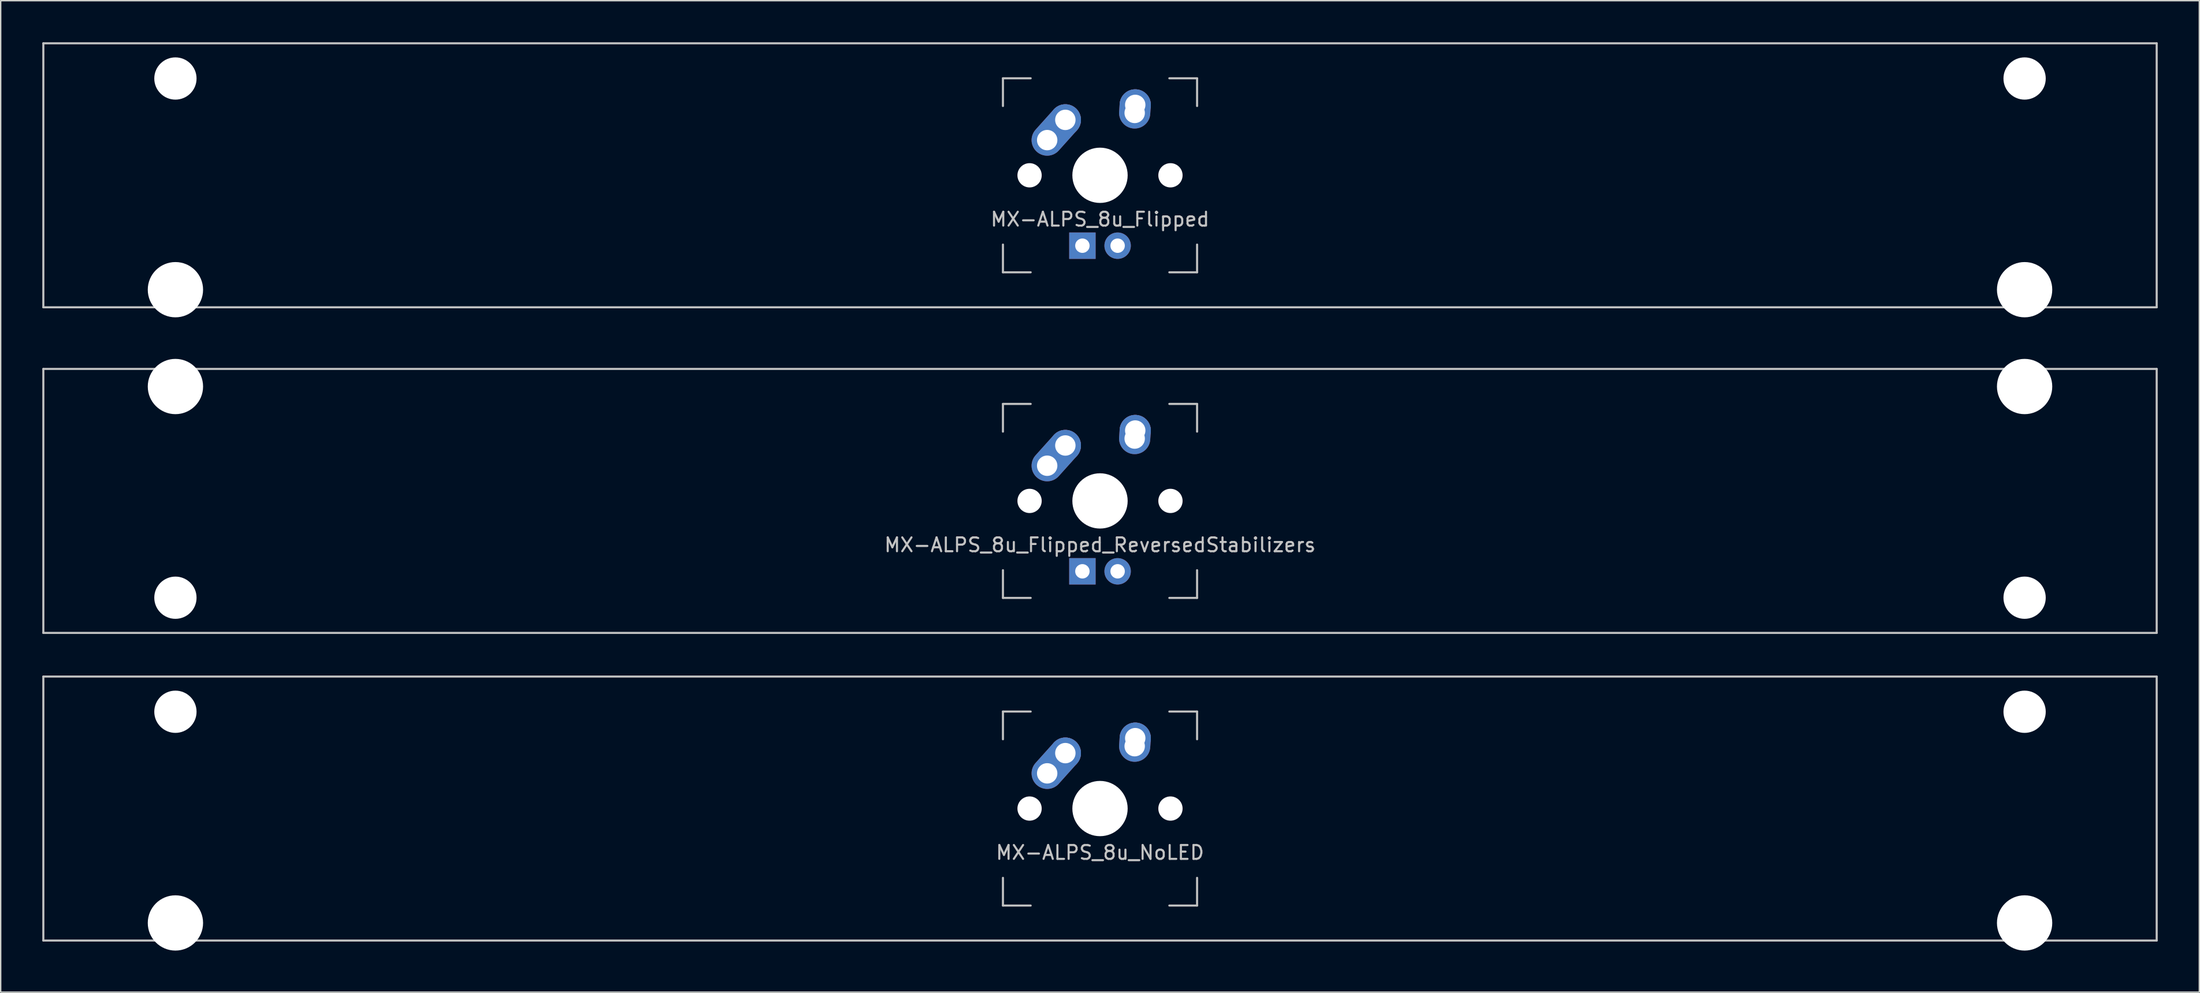
<source format=kicad_pcb>
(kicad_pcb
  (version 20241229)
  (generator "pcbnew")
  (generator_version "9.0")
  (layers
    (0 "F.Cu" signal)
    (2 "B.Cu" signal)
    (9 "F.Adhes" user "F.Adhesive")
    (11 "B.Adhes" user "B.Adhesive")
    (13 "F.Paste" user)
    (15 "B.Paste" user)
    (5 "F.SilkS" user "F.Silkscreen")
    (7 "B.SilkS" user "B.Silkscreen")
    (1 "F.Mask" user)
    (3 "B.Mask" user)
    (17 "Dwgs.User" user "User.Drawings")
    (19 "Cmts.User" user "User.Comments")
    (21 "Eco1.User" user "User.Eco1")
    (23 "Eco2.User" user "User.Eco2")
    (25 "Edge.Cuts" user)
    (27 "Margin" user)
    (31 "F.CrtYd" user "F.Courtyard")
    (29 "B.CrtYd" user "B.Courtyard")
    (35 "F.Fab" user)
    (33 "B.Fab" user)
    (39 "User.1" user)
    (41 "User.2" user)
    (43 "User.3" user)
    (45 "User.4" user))
  (footprint "MX-ALPS_8u_Flipped"
    (layer "F.Cu")
    (at 76.275 9.6)
    (property "Reference" "MX-ALPS_8u_Flipped" (at 0 3.175 0) (layer "Dwgs.User") (effects (font (size 1 1) (thickness 0.15))))
    (attr through_hole)
    (fp_line (start -76.2 -9.525) (end 76.2 -9.525) (stroke (width 0.15) (type solid)) (layer "Dwgs.User"))
    (fp_line (start -76.2 9.525) (end -76.2 -9.525) (stroke (width 0.15) (type solid)) (layer "Dwgs.User"))
    (fp_line (start -76.2 9.525) (end 76.2 9.525) (stroke (width 0.15) (type solid)) (layer "Dwgs.User"))
    (fp_line (start -7 -7) (end -7 -5) (stroke (width 0.15) (type solid)) (layer "Dwgs.User"))
    (fp_line (start -7 5) (end -7 7) (stroke (width 0.15) (type solid)) (layer "Dwgs.User"))
    (fp_line (start -7 7) (end -5 7) (stroke (width 0.15) (type solid)) (layer "Dwgs.User"))
    (fp_line (start -5 -7) (end -7 -7) (stroke (width 0.15) (type solid)) (layer "Dwgs.User"))
    (fp_line (start 5 -7) (end 7 -7) (stroke (width 0.15) (type solid)) (layer "Dwgs.User"))
    (fp_line (start 5 7) (end 7 7) (stroke (width 0.15) (type solid)) (layer "Dwgs.User"))
    (fp_line (start 7 -7) (end 7 -5) (stroke (width 0.15) (type solid)) (layer "Dwgs.User"))
    (fp_line (start 7 7) (end 7 5) (stroke (width 0.15) (type solid)) (layer "Dwgs.User"))
    (fp_line (start 76.2 -9.525) (end 76.2 9.525) (stroke (width 0.15) (type solid)) (layer "Dwgs.User"))
    (pad "" np_thru_hole circle (at -66.675 -6.985) (size 3.048 3.048) (drill 3.048) (layers "*.Cu" "*.Mask"))
    (pad "" np_thru_hole circle (at -66.675 8.255) (size 3.988 3.988) (drill 3.988) (layers "*.Cu" "*.Mask"))
    (pad "" np_thru_hole circle (at -5.08 0 48.1) (size 1.75 1.75) (drill 1.75) (layers "*.Cu" "*.Mask"))
    (pad "" np_thru_hole circle (at 0 0) (size 3.988 3.988) (drill 3.988) (layers "*.Cu" "*.Mask"))
    (pad "" np_thru_hole circle (at 5.08 0 48.1) (size 1.75 1.75) (drill 1.75) (layers "*.Cu" "*.Mask"))
    (pad "" np_thru_hole circle (at 66.675 -6.985) (size 3.048 3.048) (drill 3.048) (layers "*.Cu" "*.Mask"))
    (pad "" np_thru_hole circle (at 66.675 8.255) (size 3.988 3.988) (drill 3.988) (layers "*.Cu" "*.Mask"))
    (pad "1" thru_hole oval (at -3.81 -2.54 48.1) (size 4.212 2.25) (drill 1.47 (offset 0.981 0)) (layers "*.Cu" "B.Mask"))
    (pad "1" thru_hole circle (at -2.5 -4) (size 2.25 2.25) (drill 1.47) (layers "*.Cu" "B.Mask"))
    (pad "2" thru_hole oval (at 2.5 -4.5 86.055) (size 2.831 2.25) (drill 1.47 (offset 0.291 0)) (layers "*.Cu" "B.Mask"))
    (pad "2" thru_hole circle (at 2.54 -5.08) (size 2.25 2.25) (drill 1.47) (layers "*.Cu" "B.Mask"))
    (pad "3" thru_hole circle (at 1.27 5.08) (size 1.905 1.905) (drill 1.04) (layers "*.Cu" "B.Mask"))
    (pad "4" thru_hole rect (at -1.27 5.08) (size 1.905 1.905) (drill 1.04) (layers "*.Cu" "B.Mask")))
  (footprint "MX-ALPS_8u_Flipped_ReversedStabilizers"
    (layer "F.Cu")
    (at 76.275 33.098)
    (property "Reference" "MX-ALPS_8u_Flipped_ReversedStabilizers" (at 0 3.175 0) (layer "Dwgs.User") (effects (font (size 1 1) (thickness 0.15))))
    (attr through_hole)
    (fp_line (start -76.2 -9.525) (end 76.2 -9.525) (stroke (width 0.15) (type solid)) (layer "Dwgs.User"))
    (fp_line (start -76.2 9.525) (end -76.2 -9.525) (stroke (width 0.15) (type solid)) (layer "Dwgs.User"))
    (fp_line (start -76.2 9.525) (end 76.2 9.525) (stroke (width 0.15) (type solid)) (layer "Dwgs.User"))
    (fp_line (start -7 -7) (end -7 -5) (stroke (width 0.15) (type solid)) (layer "Dwgs.User"))
    (fp_line (start -7 5) (end -7 7) (stroke (width 0.15) (type solid)) (layer "Dwgs.User"))
    (fp_line (start -7 7) (end -5 7) (stroke (width 0.15) (type solid)) (layer "Dwgs.User"))
    (fp_line (start -5 -7) (end -7 -7) (stroke (width 0.15) (type solid)) (layer "Dwgs.User"))
    (fp_line (start 5 -7) (end 7 -7) (stroke (width 0.15) (type solid)) (layer "Dwgs.User"))
    (fp_line (start 5 7) (end 7 7) (stroke (width 0.15) (type solid)) (layer "Dwgs.User"))
    (fp_line (start 7 -7) (end 7 -5) (stroke (width 0.15) (type solid)) (layer "Dwgs.User"))
    (fp_line (start 7 7) (end 7 5) (stroke (width 0.15) (type solid)) (layer "Dwgs.User"))
    (fp_line (start 76.2 -9.525) (end 76.2 9.525) (stroke (width 0.15) (type solid)) (layer "Dwgs.User"))
    (pad "" np_thru_hole circle (at -66.675 -8.255) (size 3.988 3.988) (drill 3.988) (layers "*.Cu" "*.Mask"))
    (pad "" np_thru_hole circle (at -66.675 6.985) (size 3.048 3.048) (drill 3.048) (layers "*.Cu" "*.Mask"))
    (pad "" np_thru_hole circle (at -5.08 0 48.1) (size 1.75 1.75) (drill 1.75) (layers "*.Cu" "*.Mask"))
    (pad "" np_thru_hole circle (at 0 0) (size 3.988 3.988) (drill 3.988) (layers "*.Cu" "*.Mask"))
    (pad "" np_thru_hole circle (at 5.08 0 48.1) (size 1.75 1.75) (drill 1.75) (layers "*.Cu" "*.Mask"))
    (pad "" np_thru_hole circle (at 66.675 -8.255) (size 3.988 3.988) (drill 3.988) (layers "*.Cu" "*.Mask"))
    (pad "" np_thru_hole circle (at 66.675 6.985) (size 3.048 3.048) (drill 3.048) (layers "*.Cu" "*.Mask"))
    (pad "1" thru_hole oval (at -3.81 -2.54 48.1) (size 4.212 2.25) (drill 1.47 (offset 0.981 0)) (layers "*.Cu" "B.Mask"))
    (pad "1" thru_hole circle (at -2.5 -4) (size 2.25 2.25) (drill 1.47) (layers "*.Cu" "B.Mask"))
    (pad "2" thru_hole oval (at 2.5 -4.5 86.055) (size 2.831 2.25) (drill 1.47 (offset 0.291 0)) (layers "*.Cu" "B.Mask"))
    (pad "2" thru_hole circle (at 2.54 -5.08) (size 2.25 2.25) (drill 1.47) (layers "*.Cu" "B.Mask"))
    (pad "3" thru_hole circle (at 1.27 5.08) (size 1.905 1.905) (drill 1.04) (layers "*.Cu" "B.Mask"))
    (pad "4" thru_hole rect (at -1.27 5.08) (size 1.905 1.905) (drill 1.04) (layers "*.Cu" "B.Mask")))
  (footprint "MX-ALPS_8u_NoLED"
    (layer "F.Cu")
    (at 76.275 55.298)
    (property "Reference" "MX-ALPS_8u_NoLED" (at 0 3.175 0) (layer "Dwgs.User") (effects (font (size 1 1) (thickness 0.15))))
    (attr through_hole)
    (fp_line (start -76.2 -9.525) (end 76.2 -9.525) (stroke (width 0.15) (type solid)) (layer "Dwgs.User"))
    (fp_line (start -76.2 9.525) (end -76.2 -9.525) (stroke (width 0.15) (type solid)) (layer "Dwgs.User"))
    (fp_line (start -76.2 9.525) (end 76.2 9.525) (stroke (width 0.15) (type solid)) (layer "Dwgs.User"))
    (fp_line (start -7 -7) (end -7 -5) (stroke (width 0.15) (type solid)) (layer "Dwgs.User"))
    (fp_line (start -7 5) (end -7 7) (stroke (width 0.15) (type solid)) (layer "Dwgs.User"))
    (fp_line (start -7 7) (end -5 7) (stroke (width 0.15) (type solid)) (layer "Dwgs.User"))
    (fp_line (start -5 -7) (end -7 -7) (stroke (width 0.15) (type solid)) (layer "Dwgs.User"))
    (fp_line (start 5 -7) (end 7 -7) (stroke (width 0.15) (type solid)) (layer "Dwgs.User"))
    (fp_line (start 5 7) (end 7 7) (stroke (width 0.15) (type solid)) (layer "Dwgs.User"))
    (fp_line (start 7 -7) (end 7 -5) (stroke (width 0.15) (type solid)) (layer "Dwgs.User"))
    (fp_line (start 7 7) (end 7 5) (stroke (width 0.15) (type solid)) (layer "Dwgs.User"))
    (fp_line (start 76.2 -9.525) (end 76.2 9.525) (stroke (width 0.15) (type solid)) (layer "Dwgs.User"))
    (pad "" np_thru_hole circle (at -66.675 -6.985) (size 3.048 3.048) (drill 3.048) (layers "*.Cu" "*.Mask"))
    (pad "" np_thru_hole circle (at -66.675 8.255) (size 3.988 3.988) (drill 3.988) (layers "*.Cu" "*.Mask"))
    (pad "" np_thru_hole circle (at -5.08 0 48.1) (size 1.75 1.75) (drill 1.75) (layers "*.Cu" "*.Mask"))
    (pad "" np_thru_hole circle (at 0 0) (size 3.988 3.988) (drill 3.988) (layers "*.Cu" "*.Mask"))
    (pad "" np_thru_hole circle (at 5.08 0 48.1) (size 1.75 1.75) (drill 1.75) (layers "*.Cu" "*.Mask"))
    (pad "" np_thru_hole circle (at 66.675 -6.985) (size 3.048 3.048) (drill 3.048) (layers "*.Cu" "*.Mask"))
    (pad "" np_thru_hole circle (at 66.675 8.255) (size 3.988 3.988) (drill 3.988) (layers "*.Cu" "*.Mask"))
    (pad "1" thru_hole oval (at -3.81 -2.54 48.1) (size 4.212 2.25) (drill 1.47 (offset 0.981 0)) (layers "*.Cu" "B.Mask"))
    (pad "1" thru_hole circle (at -2.5 -4) (size 2.25 2.25) (drill 1.47) (layers "*.Cu" "B.Mask"))
    (pad "2" thru_hole oval (at 2.5 -4.5 86.055) (size 2.831 2.25) (drill 1.47 (offset 0.291 0)) (layers "*.Cu" "B.Mask"))
    (pad "2" thru_hole circle (at 2.54 -5.08) (size 2.25 2.25) (drill 1.47) (layers "*.Cu" "B.Mask")))
  (gr_rect
    (start -3 -3)
    (end 155.55 68.547)
    (stroke (width 0.1) (type default))
    (fill no)
    (layer "Edge.Cuts")))
</source>
